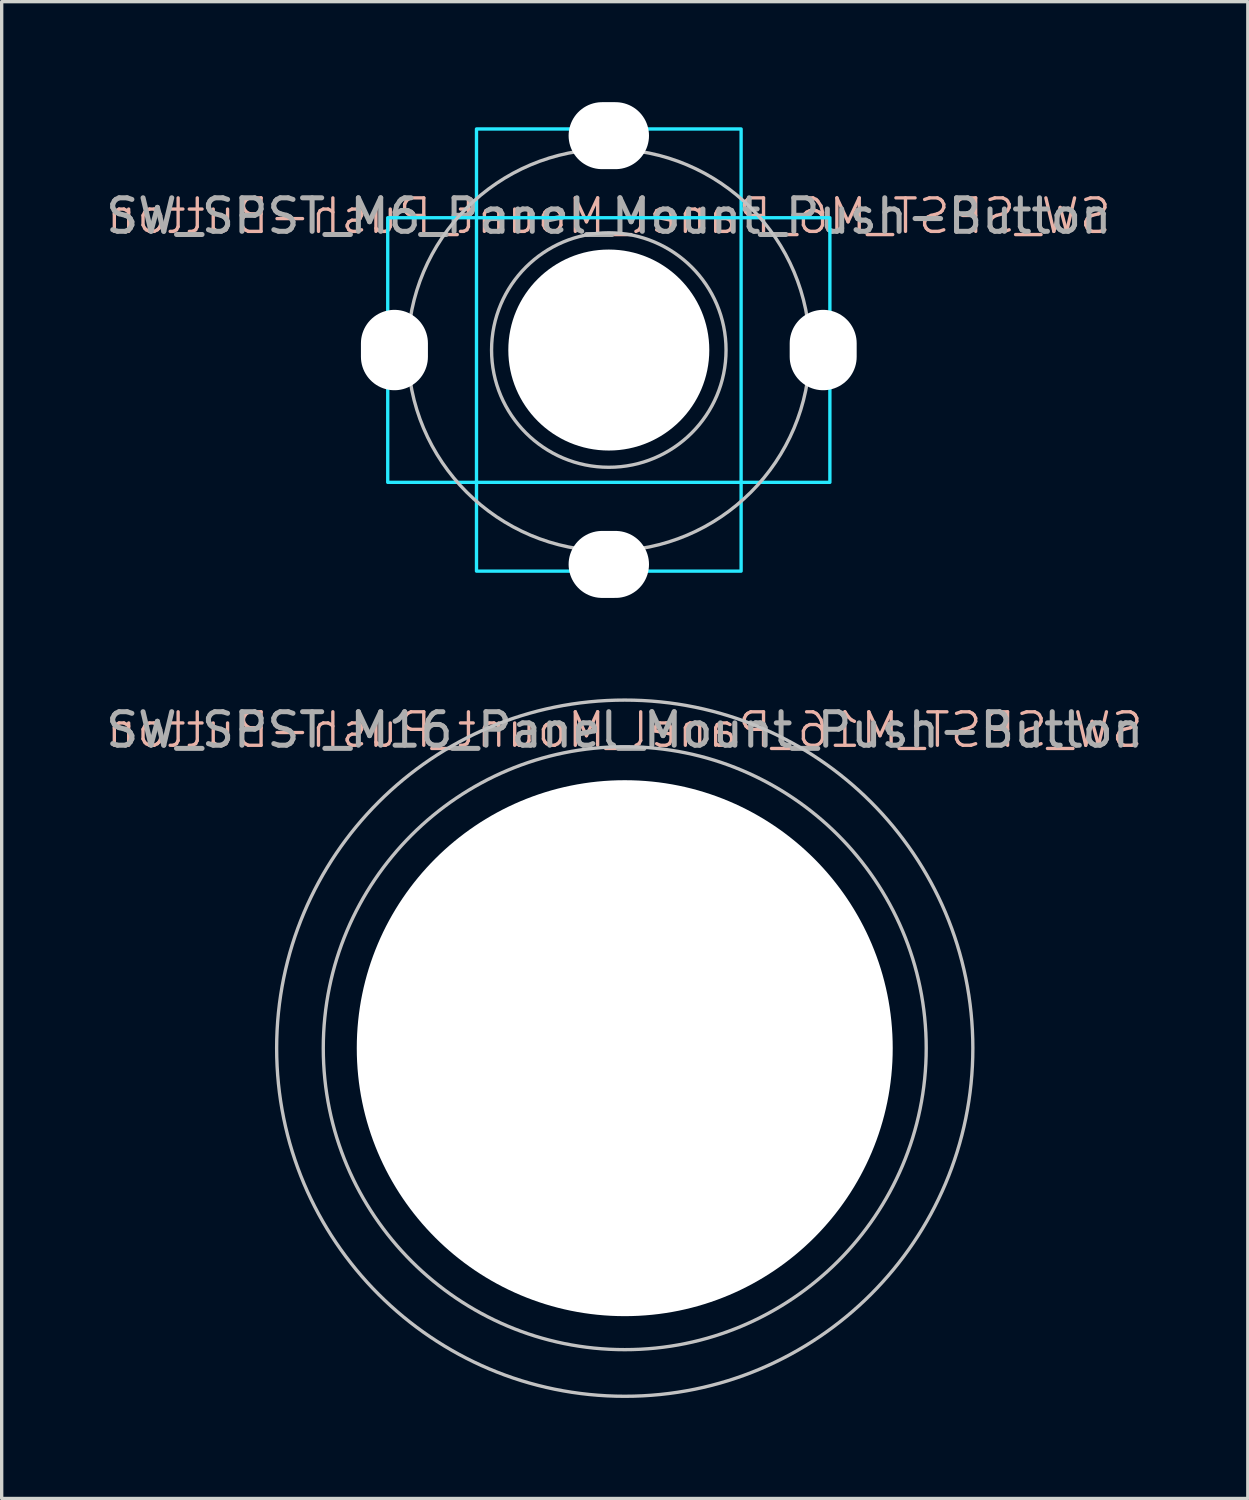
<source format=kicad_pcb>
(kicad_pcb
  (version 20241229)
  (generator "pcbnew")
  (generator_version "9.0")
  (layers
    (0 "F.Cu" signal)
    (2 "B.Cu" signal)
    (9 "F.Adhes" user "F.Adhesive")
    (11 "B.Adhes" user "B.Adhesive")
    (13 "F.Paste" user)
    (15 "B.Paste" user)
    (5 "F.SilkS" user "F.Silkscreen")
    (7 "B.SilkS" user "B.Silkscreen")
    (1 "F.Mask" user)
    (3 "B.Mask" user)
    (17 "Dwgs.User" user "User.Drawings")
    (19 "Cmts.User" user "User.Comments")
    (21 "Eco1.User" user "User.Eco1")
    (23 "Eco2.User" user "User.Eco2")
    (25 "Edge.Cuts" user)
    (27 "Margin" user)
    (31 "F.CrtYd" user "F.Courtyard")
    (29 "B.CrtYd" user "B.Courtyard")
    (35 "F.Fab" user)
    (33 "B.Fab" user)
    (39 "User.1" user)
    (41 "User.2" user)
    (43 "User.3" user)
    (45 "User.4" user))
  (footprint "SW_SPST_M16_Panel_Mount_Push-Button"
    (layer "F.Cu")
    (at 15.601 28.242)
    (property "Reference" "SW_SPST_M16_Panel_Mount_Push-Button" (at 0 -9.5 0) (unlocked yes) (layer "B.SilkS") (effects (font (size 1 1) (thickness 0.1)) (justify mirror)))
    (attr through_hole)
    (fp_circle (center 0 0) (end 9 0) (stroke (width 0.1) (type solid)) (fill no) (layer "Dwgs.User"))
    (fp_circle (center 0 0) (end 10.392 0) (stroke (width 0.1) (type solid)) (fill no) (layer "Dwgs.User"))
    (fp_text user "${REFERENCE}" (at 0 -9.5 0) (unlocked yes) (layer "F.Fab") (effects (font (size 1 1) (thickness 0.15))))
    (pad "" np_thru_hole circle (at 0 0) (size 16 16) (drill 16) (layers "*.Cu" "*.Mask")))
  (footprint "SW_SPST_M6_Panel_Mount_Push-Button"
    (layer "F.Cu")
    (at 15.125 7.4)
    (property "Reference" "SW_SPST_M6_Panel_Mount_Push-Button" (at 0 -4 0) (unlocked yes) (layer "B.SilkS") (effects (font (size 1 1) (thickness 0.1)) (justify mirror)))
    (attr through_hole)
    (fp_circle (center 0 0) (end 3.5 0) (stroke (width 0.1) (type default)) (fill no) (layer "Dwgs.User"))
    (fp_circle (center 0 0) (end 6 0) (stroke (width 0.1) (type default)) (fill no) (layer "Dwgs.User"))
    (fp_rect (start -6.6 -3.95) (end 6.6 3.95) (stroke (width 0.1) (type default)) (fill no) (layer "B.CrtYd"))
    (fp_rect (start -3.95 -6.6) (end 3.95 6.6) (stroke (width 0.1) (type default)) (fill no) (layer "B.CrtYd"))
    (fp_text user "${REFERENCE}" (at 0 -4 0) (unlocked yes) (layer "F.Fab") (effects (font (size 1 1) (thickness 0.15))))
    (pad "" np_thru_hole oval (at -6.4 0) (size 2 2.4) (drill oval 2 2.4) (layers "*.Cu" "*.Mask"))
    (pad "" np_thru_hole oval (at 0 -6.4) (size 2.4 2) (drill oval 2.4 2) (layers "*.Cu" "*.Mask"))
    (pad "" np_thru_hole circle (at 0 0) (size 6 6) (drill 6) (layers "*.Cu" "*.Mask"))
    (pad "" np_thru_hole oval (at 0 6.4) (size 2.4 2) (drill oval 2.4 2) (layers "*.Cu" "*.Mask"))
    (pad "" np_thru_hole oval (at 6.4 0) (size 2 2.4) (drill oval 2 2.4) (layers "*.Cu" "*.Mask")))
  (gr_rect
    (start -3 -3)
    (end 34.202 41.685)
    (stroke (width 0.1) (type default))
    (fill no)
    (layer "Edge.Cuts")))
</source>
